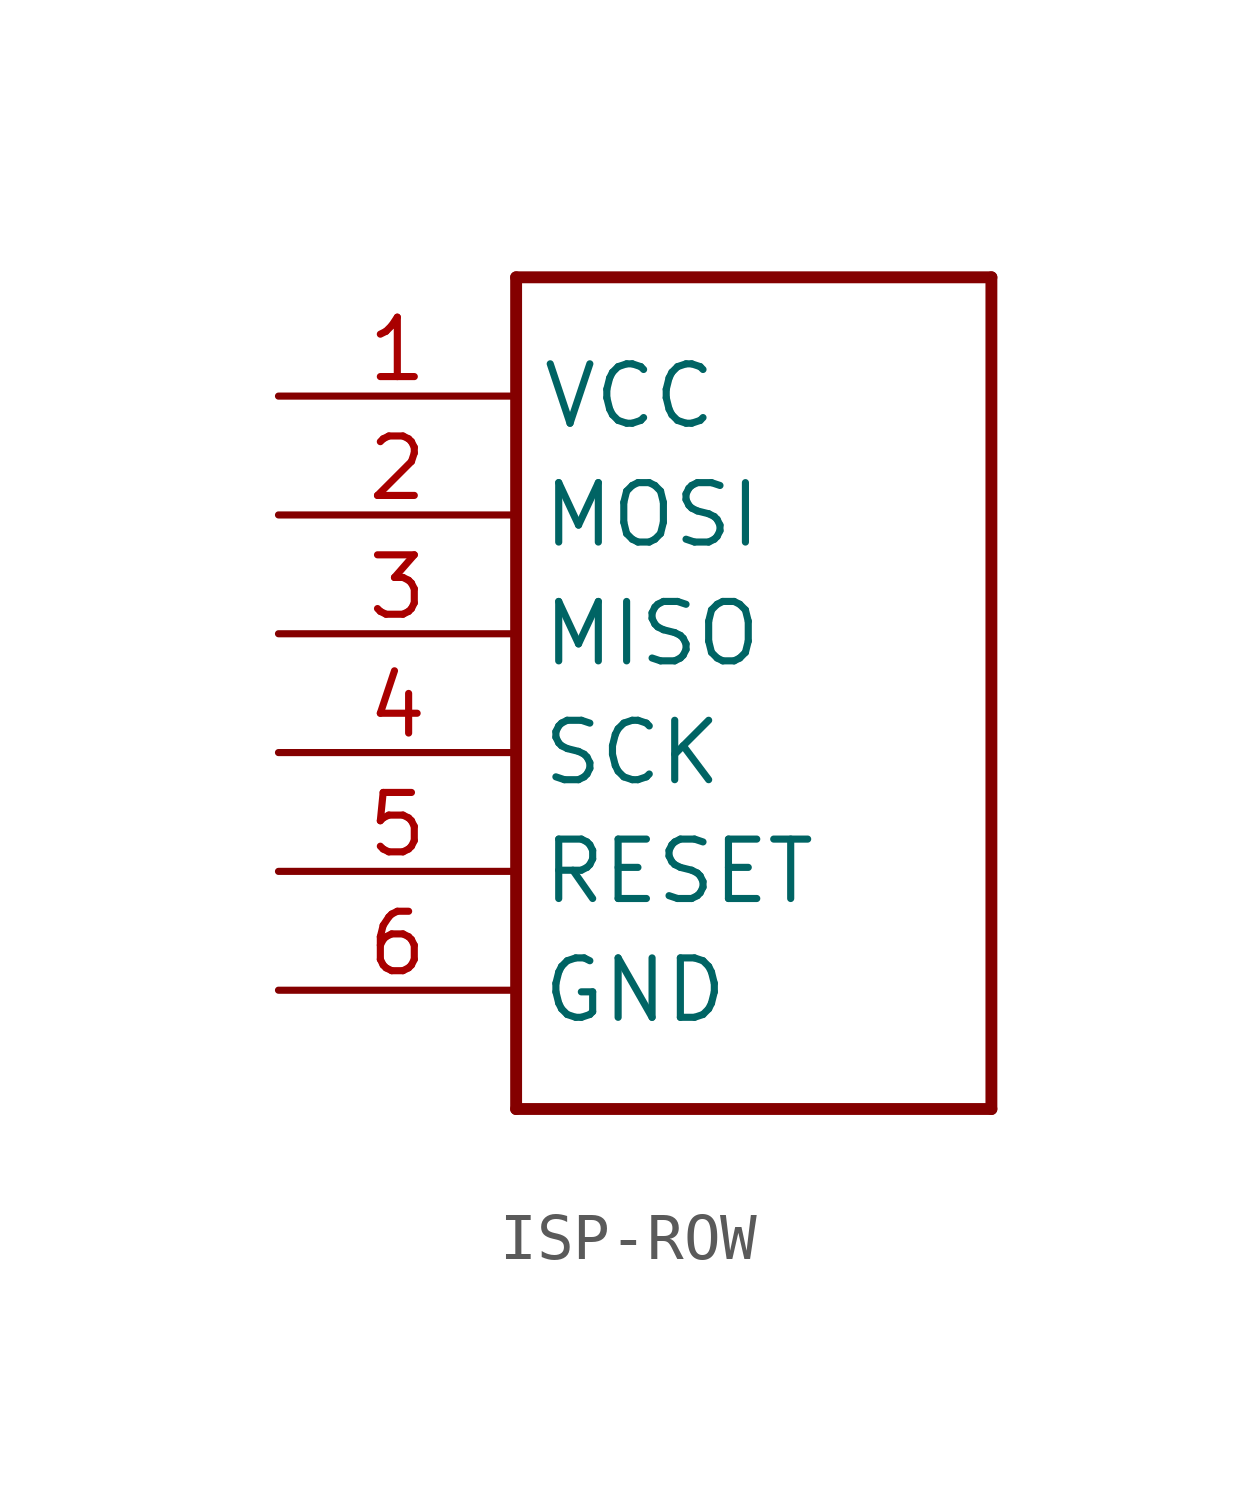
<source format=kicad_sym>
(kicad_symbol_lib
  (version 20211014)
  (generator kicad_symbol_editor)
  (symbol "ISP-ROW"
    (property "Reference" "J"
      (at 0 0 0)
      (effects (font (size 1.27 1.27)) hide))
    (property "ki_locked" ""
      (at 0 0 0)
      (effects (font (size 1.27 1.27))))
    (symbol "ISP-ROW_1_0"
      (polyline (pts (xy -2.54 -10.16) (xy 7.62 -10.16)) (stroke (width 0.254) (type default) (color 0 0 0 0)) (fill (type none)))
      (polyline (pts (xy -2.54 7.62) (xy -2.54 -10.16)) (stroke (width 0.254) (type default) (color 0 0 0 0)) (fill (type none)))
      (polyline (pts (xy 7.62 -10.16) (xy 7.62 7.62)) (stroke (width 0.254) (type default) (color 0 0 0 0)) (fill (type none)))
      (polyline (pts (xy 7.62 7.62) (xy -2.54 7.62)) (stroke (width 0.254) (type default) (color 0 0 0 0)) (fill (type none)))
      (pin bidirectional line (at -7.62 5.08 0) (length 5.08) (name "VCC" (effects (font (size 1.27 1.27)))) (number "1" (effects (font (size 1.27 1.27)))))
      (pin bidirectional line (at -7.62 2.54 0) (length 5.08) (name "MOSI" (effects (font (size 1.27 1.27)))) (number "2" (effects (font (size 1.27 1.27)))))
      (pin bidirectional line (at -7.62 0 0) (length 5.08) (name "MISO" (effects (font (size 1.27 1.27)))) (number "3" (effects (font (size 1.27 1.27)))))
      (pin bidirectional line (at -7.62 -2.54 0) (length 5.08) (name "SCK" (effects (font (size 1.27 1.27)))) (number "4" (effects (font (size 1.27 1.27)))))
      (pin bidirectional line (at -7.62 -5.08 0) (length 5.08) (name "RESET" (effects (font (size 1.27 1.27)))) (number "5" (effects (font (size 1.27 1.27)))))
      (pin bidirectional line (at -7.62 -7.62 0) (length 5.08) (name "GND" (effects (font (size 1.27 1.27)))) (number "6" (effects (font (size 1.27 1.27))))))))
</source>
